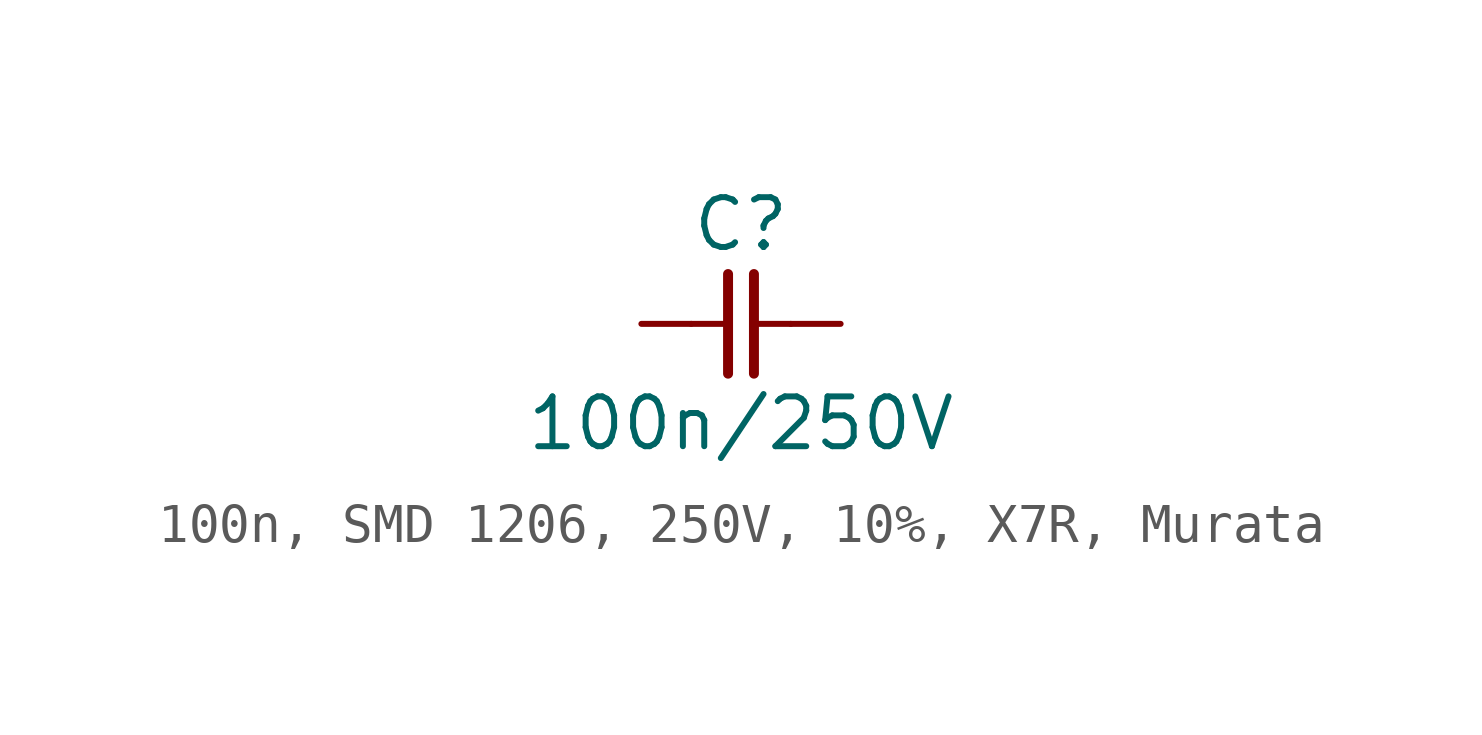
<source format=kicad_sym>
(kicad_symbol_lib
  (version 20241209)
  (generator "kicad_symbol_editor")
  (generator_version "9.0")
  (symbol "100n, SMD 1206, 250V, 10%, X7R, Murata"
    (pin_numbers
      (hide yes))
    (pin_names
      (offset 0)
      (hide yes))
    (property "Reference" "C"
      (at 0 2.54 0)
      (effects (font (size 1.27 1.27))))
    (property "Value" "100n/250V"
      (at 0 -2.54 0)
      (effects (font (size 1.27 1.27))))
    (symbol "100n, SMD 1206, 250V, 10%, X7R, Murata_0_1"
      (polyline (pts (xy -0.33 1.27) (xy -0.33 -1.27)) (stroke (width 0.254) (type default)) (fill (type none)))
      (polyline (pts (xy -0.318 0) (xy -1.27 0)) (stroke (width 0) (type default)) (fill (type none)))
      (polyline (pts (xy 0.33 1.27) (xy 0.33 -1.27)) (stroke (width 0.254) (type default)) (fill (type none)))
      (polyline (pts (xy 1.27 0) (xy 0.318 0)) (stroke (width 0) (type default)) (fill (type none))))
    (symbol "100n, SMD 1206, 250V, 10%, X7R, Murata_1_1"
      (pin passive line (at -2.54 0 0) (length 1.27) (name "1" (effects (font (size 1.27 1.27)))) (number "1" (effects (font (size 1.27 1.27)))))
      (pin passive line (at 2.54 0 180) (length 1.27) (name "2" (effects (font (size 1.27 1.27)))) (number "2" (effects (font (size 1.27 1.27))))))))
</source>
